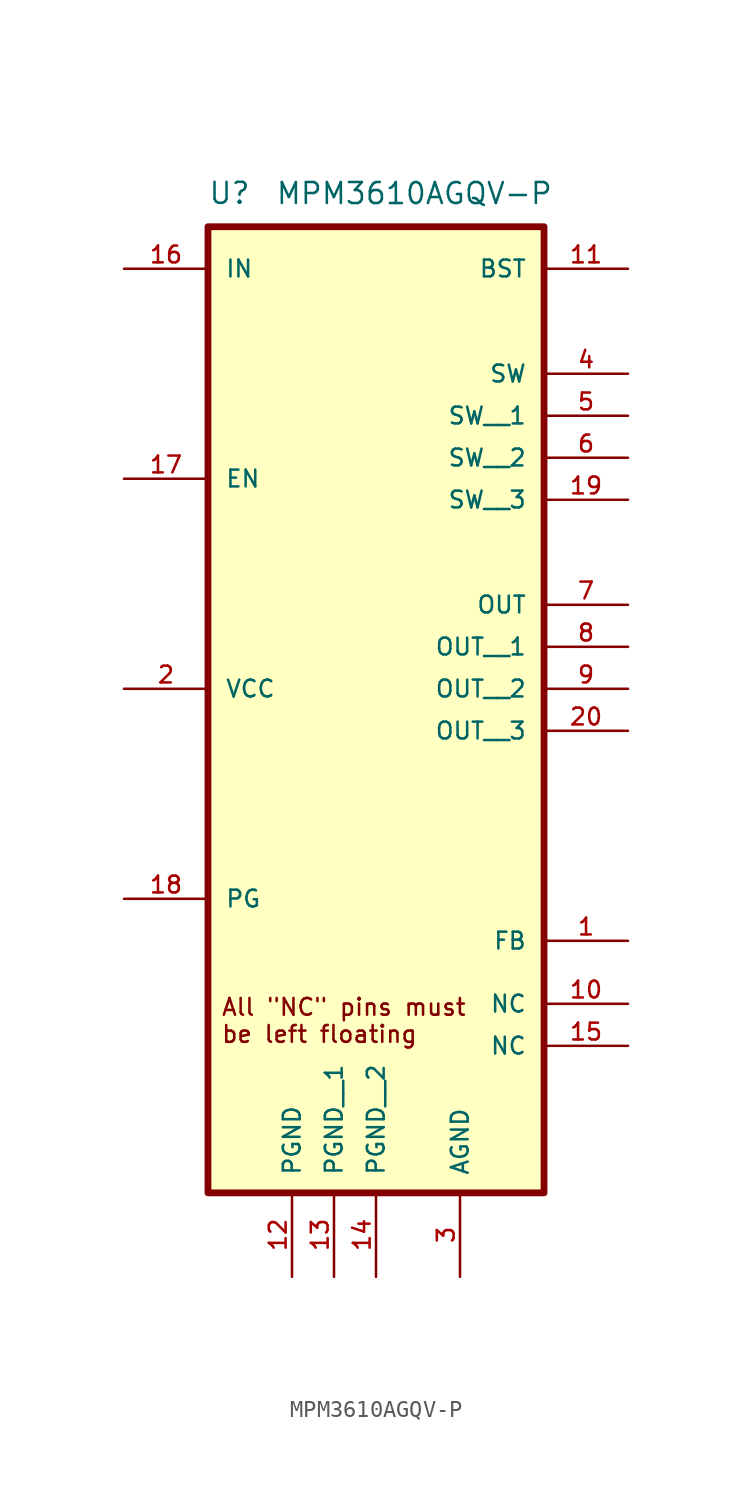
<source format=kicad_sym>
(kicad_symbol_lib
  (version 20241209)
  (generator "kicad_symbol_editor")
  (generator_version "9.0")
  (symbol "MPM3610AGQV-P"
    (pin_names
      (offset 1.016))
    (property "Reference" "U"
      (at -0.007 0.013 0)
      (effects (font (size 1.27 1.27)) (justify left bottom)))
    (property "Value" "MPM3610AGQV-P"
      (at 4.064 0 0)
      (effects (font (size 1.27 1.27)) (justify left bottom)))
    (symbol "MPM3610AGQV-P_0_0"
      (rectangle (start 0 -1.27) (end 20.32 -59.69) (stroke (width 0.41) (type default)) (fill (type background)))
      (pin input line (at -5.08 -3.81 0) (length 5.08) (name "IN" (effects (font (size 1.016 1.016)))) (number "16" (effects (font (size 1.016 1.016)))))
      (pin input line (at -5.08 -16.51 0) (length 5.08) (name "EN" (effects (font (size 1.016 1.016)))) (number "17" (effects (font (size 1.016 1.016)))))
      (pin power_in line (at -5.08 -29.21 0) (length 5.08) (name "VCC" (effects (font (size 1.016 1.016)))) (number "2" (effects (font (size 1.016 1.016)))))
      (pin output line (at -5.08 -41.91 0) (length 5.08) (name "PG" (effects (font (size 1.016 1.016)))) (number "18" (effects (font (size 1.016 1.016)))))
      (pin power_in line (at 5.08 -64.77 90) (length 5.08) (name "PGND" (effects (font (size 1.016 1.016)))) (number "12" (effects (font (size 1.016 1.016)))))
      (pin power_in line (at 7.62 -64.77 90) (length 5.08) (name "PGND__1" (effects (font (size 1.016 1.016)))) (number "13" (effects (font (size 1.016 1.016)))))
      (pin power_in line (at 10.16 -64.77 90) (length 5.08) (name "PGND__2" (effects (font (size 1.016 1.016)))) (number "14" (effects (font (size 1.016 1.016)))))
      (pin power_in line (at 15.24 -64.77 90) (length 5.08) (name "AGND" (effects (font (size 1.016 1.016)))) (number "3" (effects (font (size 1.016 1.016)))))
      (pin bidirectional line (at 25.4 -3.81 180) (length 5.08) (name "BST" (effects (font (size 1.016 1.016)))) (number "11" (effects (font (size 1.016 1.016)))))
      (pin output line (at 25.4 -10.16 180) (length 5.08) (name "SW" (effects (font (size 1.016 1.016)))) (number "4" (effects (font (size 1.016 1.016)))))
      (pin output line (at 25.4 -12.7 180) (length 5.08) (name "SW__1" (effects (font (size 1.016 1.016)))) (number "5" (effects (font (size 1.016 1.016)))))
      (pin output line (at 25.4 -15.24 180) (length 5.08) (name "SW__2" (effects (font (size 1.016 1.016)))) (number "6" (effects (font (size 1.016 1.016)))))
      (pin output line (at 25.4 -17.78 180) (length 5.08) (name "SW__3" (effects (font (size 1.016 1.016)))) (number "19" (effects (font (size 1.016 1.016)))))
      (pin output line (at 25.4 -24.13 180) (length 5.08) (name "OUT" (effects (font (size 1.016 1.016)))) (number "7" (effects (font (size 1.016 1.016)))))
      (pin output line (at 25.4 -26.67 180) (length 5.08) (name "OUT__1" (effects (font (size 1.016 1.016)))) (number "8" (effects (font (size 1.016 1.016)))))
      (pin output line (at 25.4 -29.21 180) (length 5.08) (name "OUT__2" (effects (font (size 1.016 1.016)))) (number "9" (effects (font (size 1.016 1.016)))))
      (pin output line (at 25.4 -31.75 180) (length 5.08) (name "OUT__3" (effects (font (size 1.016 1.016)))) (number "20" (effects (font (size 1.016 1.016)))))
      (pin input line (at 25.4 -44.45 180) (length 5.08) (name "FB" (effects (font (size 1.016 1.016)))) (number "1" (effects (font (size 1.016 1.016))))))
    (symbol "MPM3610AGQV-P_1_0"
      (pin free line (at 25.4 -48.26 180) (length 5.08) (name "NC" (effects (font (size 1.016 1.016)))) (number "10" (effects (font (size 1.016 1.016)))))
      (pin free line (at 25.4 -50.8 180) (length 5.08) (name "NC" (effects (font (size 1.016 1.016)))) (number "15" (effects (font (size 1.016 1.016))))))
    (symbol "MPM3610AGQV-P_1_1"
      (text "All \"NC\" pins must \nbe left floating" (at 0.762 -49.276 0) (effects (font (size 1.016 1.016)) (justify left))))))
</source>
